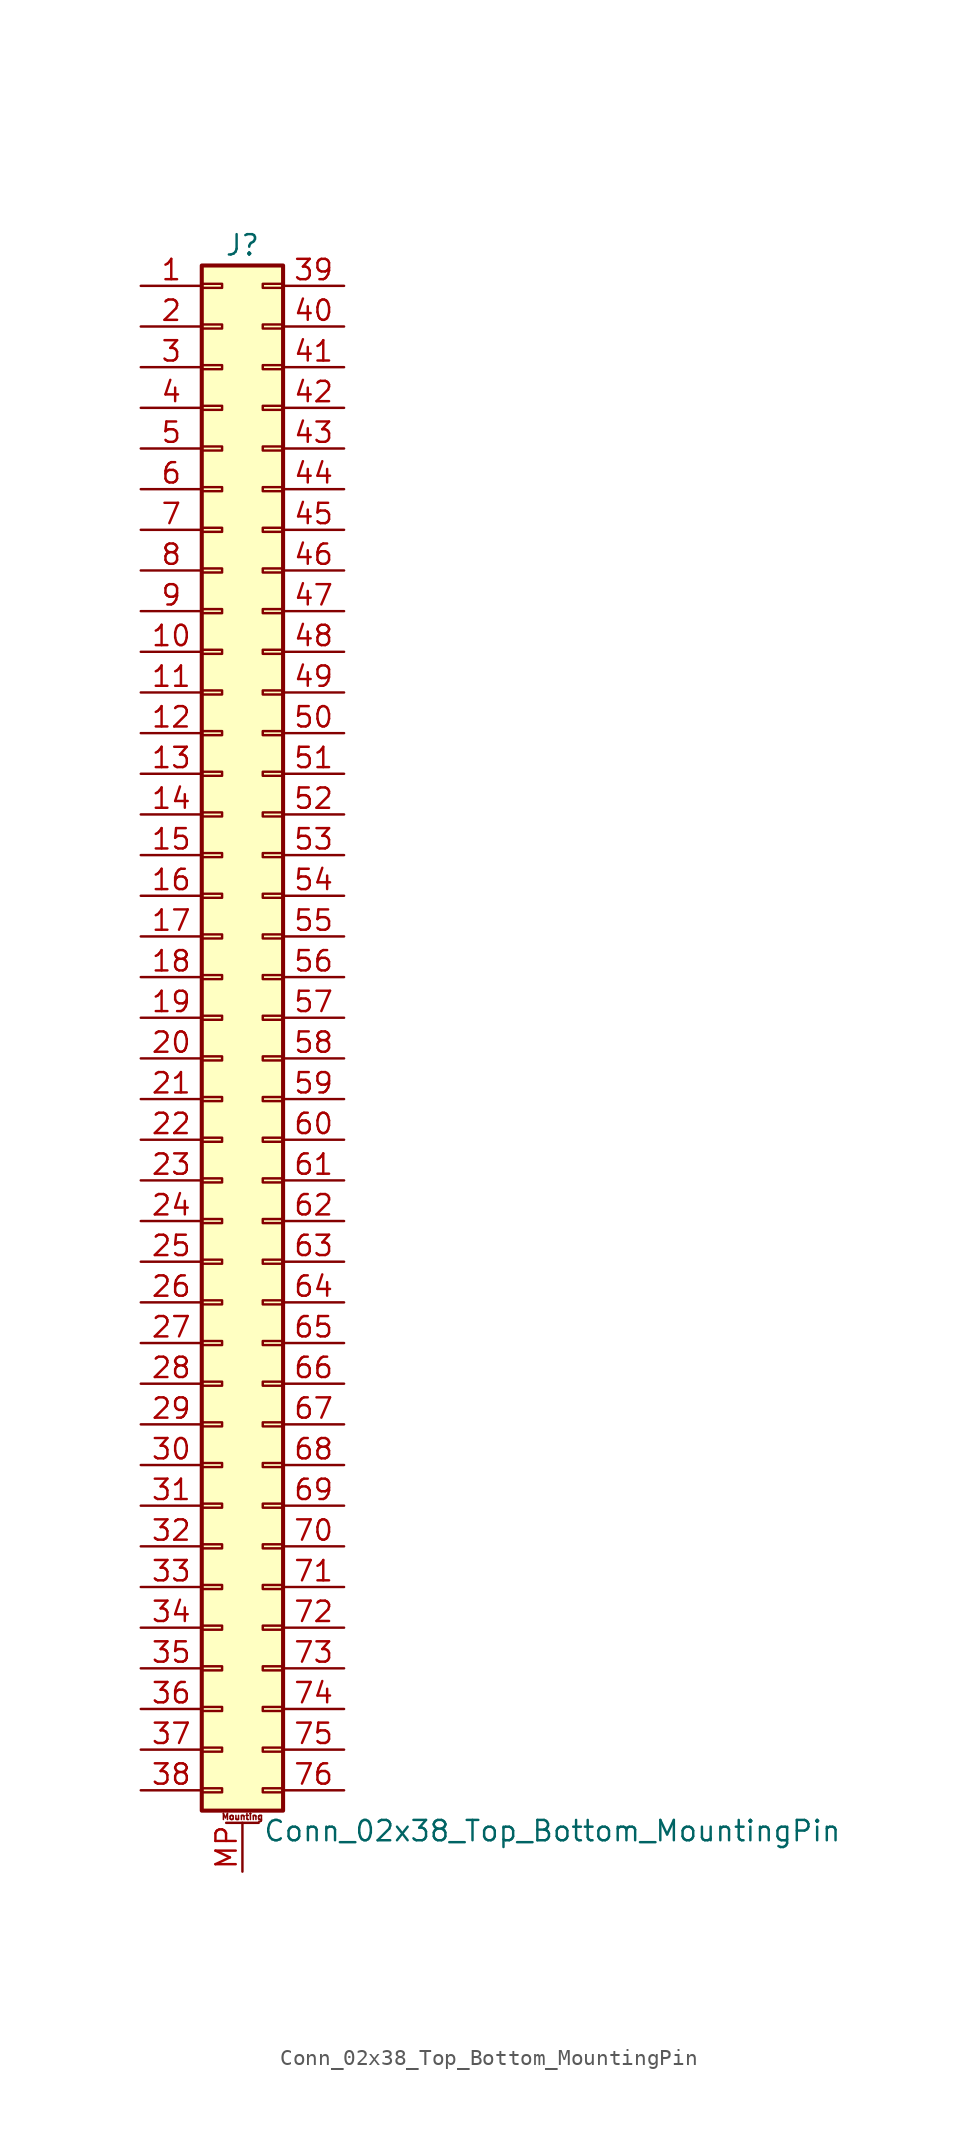
<source format=kicad_sym>
(kicad_symbol_lib
  (version 20201005)
  (generator kicad_symbol_editor)
  (symbol "Connector_Generic_MountingPin:Conn_02x38_Top_Bottom_MountingPin"
    (pin_names
      (offset 1.016) hide)
    (property "Reference" "J"
      (at 1.27 48.26 0)
      (effects (font (size 1.27 1.27))))
    (property "Value" "Conn_02x38_Top_Bottom_MountingPin"
      (at 2.54 -50.8 0)
      (effects (font (size 1.27 1.27)) (justify left)))
    (symbol "Conn_02x38_Top_Bottom_MountingPin_1_1"
      (text "Mounting" (at 1.27 -49.911 0) (effects (font (size 0.381 0.381))))
      (rectangle (start -1.27 -27.813) (end 0 -28.067) (stroke (width 0.152)) (fill (type none)))
      (rectangle (start -1.27 -30.353) (end 0 -30.607) (stroke (width 0.152)) (fill (type none)))
      (rectangle (start -1.27 -32.893) (end 0 -33.147) (stroke (width 0.152)) (fill (type none)))
      (rectangle (start -1.27 -35.433) (end 0 -35.687) (stroke (width 0.152)) (fill (type none)))
      (rectangle (start -1.27 -37.973) (end 0 -38.227) (stroke (width 0.152)) (fill (type none)))
      (rectangle (start -1.27 -40.513) (end 0 -40.767) (stroke (width 0.152)) (fill (type none)))
      (rectangle (start -1.27 -43.053) (end 0 -43.307) (stroke (width 0.152)) (fill (type none)))
      (rectangle (start -1.27 -45.593) (end 0 -45.847) (stroke (width 0.152)) (fill (type none)))
      (rectangle (start -1.27 -48.133) (end 0 -48.387) (stroke (width 0.152)) (fill (type none)))
      (rectangle (start -1.27 -4.953) (end 0 -5.207) (stroke (width 0.152)) (fill (type none)))
      (rectangle (start -1.27 -7.493) (end 0 -7.747) (stroke (width 0.152)) (fill (type none)))
      (rectangle (start -1.27 -10.033) (end 0 -10.287) (stroke (width 0.152)) (fill (type none)))
      (rectangle (start -1.27 -12.573) (end 0 -12.827) (stroke (width 0.152)) (fill (type none)))
      (rectangle (start -1.27 -15.113) (end 0 -15.367) (stroke (width 0.152)) (fill (type none)))
      (rectangle (start -1.27 -17.653) (end 0 -17.907) (stroke (width 0.152)) (fill (type none)))
      (rectangle (start -1.27 -20.193) (end 0 -20.447) (stroke (width 0.152)) (fill (type none)))
      (rectangle (start -1.27 -22.733) (end 0 -22.987) (stroke (width 0.152)) (fill (type none)))
      (rectangle (start -1.27 -2.413) (end 0 -2.667) (stroke (width 0.152)) (fill (type none)))
      (rectangle (start -1.27 -25.273) (end 0 -25.527) (stroke (width 0.152)) (fill (type none)))
      (rectangle (start -1.27 25.527) (end 0 25.273) (stroke (width 0.152)) (fill (type none)))
      (rectangle (start -1.27 2.667) (end 0 2.413) (stroke (width 0.152)) (fill (type none)))
      (rectangle (start -1.27 28.067) (end 0 27.813) (stroke (width 0.152)) (fill (type none)))
      (rectangle (start -1.27 30.607) (end 0 30.353) (stroke (width 0.152)) (fill (type none)))
      (rectangle (start -1.27 33.147) (end 0 32.893) (stroke (width 0.152)) (fill (type none)))
      (rectangle (start -1.27 35.687) (end 0 35.433) (stroke (width 0.152)) (fill (type none)))
      (rectangle (start -1.27 38.227) (end 0 37.973) (stroke (width 0.152)) (fill (type none)))
      (rectangle (start -1.27 40.767) (end 0 40.513) (stroke (width 0.152)) (fill (type none)))
      (rectangle (start -1.27 43.307) (end 0 43.053) (stroke (width 0.152)) (fill (type none)))
      (rectangle (start -1.27 45.847) (end 0 45.593) (stroke (width 0.152)) (fill (type none)))
      (rectangle (start -1.27 46.99) (end 3.81 -49.53) (stroke (width 0.254)) (fill (type background)))
      (rectangle (start -1.27 5.207) (end 0 4.953) (stroke (width 0.152)) (fill (type none)))
      (rectangle (start -1.27 7.747) (end 0 7.493) (stroke (width 0.152)) (fill (type none)))
      (rectangle (start -1.27 10.287) (end 0 10.033) (stroke (width 0.152)) (fill (type none)))
      (rectangle (start -1.27 0.127) (end 0 -0.127) (stroke (width 0.152)) (fill (type none)))
      (rectangle (start -1.27 12.827) (end 0 12.573) (stroke (width 0.152)) (fill (type none)))
      (rectangle (start -1.27 15.367) (end 0 15.113) (stroke (width 0.152)) (fill (type none)))
      (rectangle (start -1.27 17.907) (end 0 17.653) (stroke (width 0.152)) (fill (type none)))
      (rectangle (start -1.27 20.447) (end 0 20.193) (stroke (width 0.152)) (fill (type none)))
      (rectangle (start -1.27 22.987) (end 0 22.733) (stroke (width 0.152)) (fill (type none)))
      (rectangle (start 3.81 -27.813) (end 2.54 -28.067) (stroke (width 0.152)) (fill (type none)))
      (rectangle (start 3.81 -30.353) (end 2.54 -30.607) (stroke (width 0.152)) (fill (type none)))
      (rectangle (start 3.81 -32.893) (end 2.54 -33.147) (stroke (width 0.152)) (fill (type none)))
      (rectangle (start 3.81 -35.433) (end 2.54 -35.687) (stroke (width 0.152)) (fill (type none)))
      (rectangle (start 3.81 -37.973) (end 2.54 -38.227) (stroke (width 0.152)) (fill (type none)))
      (rectangle (start 3.81 -40.513) (end 2.54 -40.767) (stroke (width 0.152)) (fill (type none)))
      (rectangle (start 3.81 -43.053) (end 2.54 -43.307) (stroke (width 0.152)) (fill (type none)))
      (rectangle (start 3.81 -45.593) (end 2.54 -45.847) (stroke (width 0.152)) (fill (type none)))
      (rectangle (start 3.81 -48.133) (end 2.54 -48.387) (stroke (width 0.152)) (fill (type none)))
      (rectangle (start 3.81 -4.953) (end 2.54 -5.207) (stroke (width 0.152)) (fill (type none)))
      (rectangle (start 3.81 -7.493) (end 2.54 -7.747) (stroke (width 0.152)) (fill (type none)))
      (rectangle (start 3.81 -10.033) (end 2.54 -10.287) (stroke (width 0.152)) (fill (type none)))
      (rectangle (start 3.81 -12.573) (end 2.54 -12.827) (stroke (width 0.152)) (fill (type none)))
      (rectangle (start 3.81 -15.113) (end 2.54 -15.367) (stroke (width 0.152)) (fill (type none)))
      (rectangle (start 3.81 -17.653) (end 2.54 -17.907) (stroke (width 0.152)) (fill (type none)))
      (rectangle (start 3.81 -20.193) (end 2.54 -20.447) (stroke (width 0.152)) (fill (type none)))
      (rectangle (start 3.81 -22.733) (end 2.54 -22.987) (stroke (width 0.152)) (fill (type none)))
      (rectangle (start 3.81 -2.413) (end 2.54 -2.667) (stroke (width 0.152)) (fill (type none)))
      (rectangle (start 3.81 -25.273) (end 2.54 -25.527) (stroke (width 0.152)) (fill (type none)))
      (rectangle (start 3.81 25.527) (end 2.54 25.273) (stroke (width 0.152)) (fill (type none)))
      (rectangle (start 3.81 2.667) (end 2.54 2.413) (stroke (width 0.152)) (fill (type none)))
      (rectangle (start 3.81 28.067) (end 2.54 27.813) (stroke (width 0.152)) (fill (type none)))
      (rectangle (start 3.81 30.607) (end 2.54 30.353) (stroke (width 0.152)) (fill (type none)))
      (rectangle (start 3.81 33.147) (end 2.54 32.893) (stroke (width 0.152)) (fill (type none)))
      (rectangle (start 3.81 35.687) (end 2.54 35.433) (stroke (width 0.152)) (fill (type none)))
      (rectangle (start 3.81 38.227) (end 2.54 37.973) (stroke (width 0.152)) (fill (type none)))
      (rectangle (start 3.81 40.767) (end 2.54 40.513) (stroke (width 0.152)) (fill (type none)))
      (rectangle (start 3.81 43.307) (end 2.54 43.053) (stroke (width 0.152)) (fill (type none)))
      (rectangle (start 3.81 45.847) (end 2.54 45.593) (stroke (width 0.152)) (fill (type none)))
      (rectangle (start 3.81 5.207) (end 2.54 4.953) (stroke (width 0.152)) (fill (type none)))
      (rectangle (start 3.81 7.747) (end 2.54 7.493) (stroke (width 0.152)) (fill (type none)))
      (rectangle (start 3.81 10.287) (end 2.54 10.033) (stroke (width 0.152)) (fill (type none)))
      (rectangle (start 3.81 0.127) (end 2.54 -0.127) (stroke (width 0.152)) (fill (type none)))
      (rectangle (start 3.81 12.827) (end 2.54 12.573) (stroke (width 0.152)) (fill (type none)))
      (rectangle (start 3.81 15.367) (end 2.54 15.113) (stroke (width 0.152)) (fill (type none)))
      (rectangle (start 3.81 17.907) (end 2.54 17.653) (stroke (width 0.152)) (fill (type none)))
      (rectangle (start 3.81 20.447) (end 2.54 20.193) (stroke (width 0.152)) (fill (type none)))
      (rectangle (start 3.81 22.987) (end 2.54 22.733) (stroke (width 0.152)) (fill (type none)))
      (polyline (pts (xy 0.254 -50.292) (xy 2.286 -50.292)) (stroke (width 0.152)) (fill (type none)))
      (pin passive line (at 1.27 -53.34 90) (length 3.048) (name "MountPin" (effects (font (size 1.27 1.27)))) (number "MP" (effects (font (size 1.27 1.27)))))
      (pin passive line (at -5.08 45.72 0) (length 3.81) (name "Pin_1" (effects (font (size 1.27 1.27)))) (number "1" (effects (font (size 1.27 1.27)))))
      (pin passive line (at -5.08 22.86 0) (length 3.81) (name "Pin_10" (effects (font (size 1.27 1.27)))) (number "10" (effects (font (size 1.27 1.27)))))
      (pin passive line (at -5.08 20.32 0) (length 3.81) (name "Pin_11" (effects (font (size 1.27 1.27)))) (number "11" (effects (font (size 1.27 1.27)))))
      (pin passive line (at -5.08 17.78 0) (length 3.81) (name "Pin_12" (effects (font (size 1.27 1.27)))) (number "12" (effects (font (size 1.27 1.27)))))
      (pin passive line (at -5.08 15.24 0) (length 3.81) (name "Pin_13" (effects (font (size 1.27 1.27)))) (number "13" (effects (font (size 1.27 1.27)))))
      (pin passive line (at -5.08 12.7 0) (length 3.81) (name "Pin_14" (effects (font (size 1.27 1.27)))) (number "14" (effects (font (size 1.27 1.27)))))
      (pin passive line (at -5.08 10.16 0) (length 3.81) (name "Pin_15" (effects (font (size 1.27 1.27)))) (number "15" (effects (font (size 1.27 1.27)))))
      (pin passive line (at -5.08 7.62 0) (length 3.81) (name "Pin_16" (effects (font (size 1.27 1.27)))) (number "16" (effects (font (size 1.27 1.27)))))
      (pin passive line (at -5.08 5.08 0) (length 3.81) (name "Pin_17" (effects (font (size 1.27 1.27)))) (number "17" (effects (font (size 1.27 1.27)))))
      (pin passive line (at -5.08 2.54 0) (length 3.81) (name "Pin_18" (effects (font (size 1.27 1.27)))) (number "18" (effects (font (size 1.27 1.27)))))
      (pin passive line (at -5.08 0 0) (length 3.81) (name "Pin_19" (effects (font (size 1.27 1.27)))) (number "19" (effects (font (size 1.27 1.27)))))
      (pin passive line (at -5.08 43.18 0) (length 3.81) (name "Pin_2" (effects (font (size 1.27 1.27)))) (number "2" (effects (font (size 1.27 1.27)))))
      (pin passive line (at -5.08 -2.54 0) (length 3.81) (name "Pin_20" (effects (font (size 1.27 1.27)))) (number "20" (effects (font (size 1.27 1.27)))))
      (pin passive line (at -5.08 -5.08 0) (length 3.81) (name "Pin_21" (effects (font (size 1.27 1.27)))) (number "21" (effects (font (size 1.27 1.27)))))
      (pin passive line (at -5.08 -7.62 0) (length 3.81) (name "Pin_22" (effects (font (size 1.27 1.27)))) (number "22" (effects (font (size 1.27 1.27)))))
      (pin passive line (at -5.08 -10.16 0) (length 3.81) (name "Pin_23" (effects (font (size 1.27 1.27)))) (number "23" (effects (font (size 1.27 1.27)))))
      (pin passive line (at -5.08 -12.7 0) (length 3.81) (name "Pin_24" (effects (font (size 1.27 1.27)))) (number "24" (effects (font (size 1.27 1.27)))))
      (pin passive line (at -5.08 -15.24 0) (length 3.81) (name "Pin_25" (effects (font (size 1.27 1.27)))) (number "25" (effects (font (size 1.27 1.27)))))
      (pin passive line (at -5.08 -17.78 0) (length 3.81) (name "Pin_26" (effects (font (size 1.27 1.27)))) (number "26" (effects (font (size 1.27 1.27)))))
      (pin passive line (at -5.08 -20.32 0) (length 3.81) (name "Pin_27" (effects (font (size 1.27 1.27)))) (number "27" (effects (font (size 1.27 1.27)))))
      (pin passive line (at -5.08 -22.86 0) (length 3.81) (name "Pin_28" (effects (font (size 1.27 1.27)))) (number "28" (effects (font (size 1.27 1.27)))))
      (pin passive line (at -5.08 -25.4 0) (length 3.81) (name "Pin_29" (effects (font (size 1.27 1.27)))) (number "29" (effects (font (size 1.27 1.27)))))
      (pin passive line (at -5.08 40.64 0) (length 3.81) (name "Pin_3" (effects (font (size 1.27 1.27)))) (number "3" (effects (font (size 1.27 1.27)))))
      (pin passive line (at -5.08 -27.94 0) (length 3.81) (name "Pin_30" (effects (font (size 1.27 1.27)))) (number "30" (effects (font (size 1.27 1.27)))))
      (pin passive line (at -5.08 -30.48 0) (length 3.81) (name "Pin_31" (effects (font (size 1.27 1.27)))) (number "31" (effects (font (size 1.27 1.27)))))
      (pin passive line (at -5.08 -33.02 0) (length 3.81) (name "Pin_32" (effects (font (size 1.27 1.27)))) (number "32" (effects (font (size 1.27 1.27)))))
      (pin passive line (at -5.08 -35.56 0) (length 3.81) (name "Pin_33" (effects (font (size 1.27 1.27)))) (number "33" (effects (font (size 1.27 1.27)))))
      (pin passive line (at -5.08 -38.1 0) (length 3.81) (name "Pin_34" (effects (font (size 1.27 1.27)))) (number "34" (effects (font (size 1.27 1.27)))))
      (pin passive line (at -5.08 -40.64 0) (length 3.81) (name "Pin_35" (effects (font (size 1.27 1.27)))) (number "35" (effects (font (size 1.27 1.27)))))
      (pin passive line (at -5.08 -43.18 0) (length 3.81) (name "Pin_36" (effects (font (size 1.27 1.27)))) (number "36" (effects (font (size 1.27 1.27)))))
      (pin passive line (at -5.08 -45.72 0) (length 3.81) (name "Pin_37" (effects (font (size 1.27 1.27)))) (number "37" (effects (font (size 1.27 1.27)))))
      (pin passive line (at -5.08 -48.26 0) (length 3.81) (name "Pin_38" (effects (font (size 1.27 1.27)))) (number "38" (effects (font (size 1.27 1.27)))))
      (pin passive line (at 7.62 45.72 180) (length 3.81) (name "Pin_39" (effects (font (size 1.27 1.27)))) (number "39" (effects (font (size 1.27 1.27)))))
      (pin passive line (at -5.08 38.1 0) (length 3.81) (name "Pin_4" (effects (font (size 1.27 1.27)))) (number "4" (effects (font (size 1.27 1.27)))))
      (pin passive line (at 7.62 43.18 180) (length 3.81) (name "Pin_40" (effects (font (size 1.27 1.27)))) (number "40" (effects (font (size 1.27 1.27)))))
      (pin passive line (at 7.62 40.64 180) (length 3.81) (name "Pin_41" (effects (font (size 1.27 1.27)))) (number "41" (effects (font (size 1.27 1.27)))))
      (pin passive line (at 7.62 38.1 180) (length 3.81) (name "Pin_42" (effects (font (size 1.27 1.27)))) (number "42" (effects (font (size 1.27 1.27)))))
      (pin passive line (at 7.62 35.56 180) (length 3.81) (name "Pin_43" (effects (font (size 1.27 1.27)))) (number "43" (effects (font (size 1.27 1.27)))))
      (pin passive line (at 7.62 33.02 180) (length 3.81) (name "Pin_44" (effects (font (size 1.27 1.27)))) (number "44" (effects (font (size 1.27 1.27)))))
      (pin passive line (at 7.62 30.48 180) (length 3.81) (name "Pin_45" (effects (font (size 1.27 1.27)))) (number "45" (effects (font (size 1.27 1.27)))))
      (pin passive line (at 7.62 27.94 180) (length 3.81) (name "Pin_46" (effects (font (size 1.27 1.27)))) (number "46" (effects (font (size 1.27 1.27)))))
      (pin passive line (at 7.62 25.4 180) (length 3.81) (name "Pin_47" (effects (font (size 1.27 1.27)))) (number "47" (effects (font (size 1.27 1.27)))))
      (pin passive line (at 7.62 22.86 180) (length 3.81) (name "Pin_48" (effects (font (size 1.27 1.27)))) (number "48" (effects (font (size 1.27 1.27)))))
      (pin passive line (at 7.62 20.32 180) (length 3.81) (name "Pin_49" (effects (font (size 1.27 1.27)))) (number "49" (effects (font (size 1.27 1.27)))))
      (pin passive line (at -5.08 35.56 0) (length 3.81) (name "Pin_5" (effects (font (size 1.27 1.27)))) (number "5" (effects (font (size 1.27 1.27)))))
      (pin passive line (at 7.62 17.78 180) (length 3.81) (name "Pin_50" (effects (font (size 1.27 1.27)))) (number "50" (effects (font (size 1.27 1.27)))))
      (pin passive line (at 7.62 15.24 180) (length 3.81) (name "Pin_51" (effects (font (size 1.27 1.27)))) (number "51" (effects (font (size 1.27 1.27)))))
      (pin passive line (at 7.62 12.7 180) (length 3.81) (name "Pin_52" (effects (font (size 1.27 1.27)))) (number "52" (effects (font (size 1.27 1.27)))))
      (pin passive line (at 7.62 10.16 180) (length 3.81) (name "Pin_53" (effects (font (size 1.27 1.27)))) (number "53" (effects (font (size 1.27 1.27)))))
      (pin passive line (at 7.62 7.62 180) (length 3.81) (name "Pin_54" (effects (font (size 1.27 1.27)))) (number "54" (effects (font (size 1.27 1.27)))))
      (pin passive line (at 7.62 5.08 180) (length 3.81) (name "Pin_55" (effects (font (size 1.27 1.27)))) (number "55" (effects (font (size 1.27 1.27)))))
      (pin passive line (at 7.62 2.54 180) (length 3.81) (name "Pin_56" (effects (font (size 1.27 1.27)))) (number "56" (effects (font (size 1.27 1.27)))))
      (pin passive line (at 7.62 0 180) (length 3.81) (name "Pin_57" (effects (font (size 1.27 1.27)))) (number "57" (effects (font (size 1.27 1.27)))))
      (pin passive line (at 7.62 -2.54 180) (length 3.81) (name "Pin_58" (effects (font (size 1.27 1.27)))) (number "58" (effects (font (size 1.27 1.27)))))
      (pin passive line (at 7.62 -5.08 180) (length 3.81) (name "Pin_59" (effects (font (size 1.27 1.27)))) (number "59" (effects (font (size 1.27 1.27)))))
      (pin passive line (at -5.08 33.02 0) (length 3.81) (name "Pin_6" (effects (font (size 1.27 1.27)))) (number "6" (effects (font (size 1.27 1.27)))))
      (pin passive line (at 7.62 -7.62 180) (length 3.81) (name "Pin_60" (effects (font (size 1.27 1.27)))) (number "60" (effects (font (size 1.27 1.27)))))
      (pin passive line (at 7.62 -10.16 180) (length 3.81) (name "Pin_61" (effects (font (size 1.27 1.27)))) (number "61" (effects (font (size 1.27 1.27)))))
      (pin passive line (at 7.62 -12.7 180) (length 3.81) (name "Pin_62" (effects (font (size 1.27 1.27)))) (number "62" (effects (font (size 1.27 1.27)))))
      (pin passive line (at 7.62 -15.24 180) (length 3.81) (name "Pin_63" (effects (font (size 1.27 1.27)))) (number "63" (effects (font (size 1.27 1.27)))))
      (pin passive line (at 7.62 -17.78 180) (length 3.81) (name "Pin_64" (effects (font (size 1.27 1.27)))) (number "64" (effects (font (size 1.27 1.27)))))
      (pin passive line (at 7.62 -20.32 180) (length 3.81) (name "Pin_65" (effects (font (size 1.27 1.27)))) (number "65" (effects (font (size 1.27 1.27)))))
      (pin passive line (at 7.62 -22.86 180) (length 3.81) (name "Pin_66" (effects (font (size 1.27 1.27)))) (number "66" (effects (font (size 1.27 1.27)))))
      (pin passive line (at 7.62 -25.4 180) (length 3.81) (name "Pin_67" (effects (font (size 1.27 1.27)))) (number "67" (effects (font (size 1.27 1.27)))))
      (pin passive line (at 7.62 -27.94 180) (length 3.81) (name "Pin_68" (effects (font (size 1.27 1.27)))) (number "68" (effects (font (size 1.27 1.27)))))
      (pin passive line (at 7.62 -30.48 180) (length 3.81) (name "Pin_69" (effects (font (size 1.27 1.27)))) (number "69" (effects (font (size 1.27 1.27)))))
      (pin passive line (at -5.08 30.48 0) (length 3.81) (name "Pin_7" (effects (font (size 1.27 1.27)))) (number "7" (effects (font (size 1.27 1.27)))))
      (pin passive line (at 7.62 -33.02 180) (length 3.81) (name "Pin_70" (effects (font (size 1.27 1.27)))) (number "70" (effects (font (size 1.27 1.27)))))
      (pin passive line (at 7.62 -35.56 180) (length 3.81) (name "Pin_71" (effects (font (size 1.27 1.27)))) (number "71" (effects (font (size 1.27 1.27)))))
      (pin passive line (at 7.62 -38.1 180) (length 3.81) (name "Pin_72" (effects (font (size 1.27 1.27)))) (number "72" (effects (font (size 1.27 1.27)))))
      (pin passive line (at 7.62 -40.64 180) (length 3.81) (name "Pin_73" (effects (font (size 1.27 1.27)))) (number "73" (effects (font (size 1.27 1.27)))))
      (pin passive line (at 7.62 -43.18 180) (length 3.81) (name "Pin_74" (effects (font (size 1.27 1.27)))) (number "74" (effects (font (size 1.27 1.27)))))
      (pin passive line (at 7.62 -45.72 180) (length 3.81) (name "Pin_75" (effects (font (size 1.27 1.27)))) (number "75" (effects (font (size 1.27 1.27)))))
      (pin passive line (at 7.62 -48.26 180) (length 3.81) (name "Pin_76" (effects (font (size 1.27 1.27)))) (number "76" (effects (font (size 1.27 1.27)))))
      (pin passive line (at -5.08 27.94 0) (length 3.81) (name "Pin_8" (effects (font (size 1.27 1.27)))) (number "8" (effects (font (size 1.27 1.27)))))
      (pin passive line (at -5.08 25.4 0) (length 3.81) (name "Pin_9" (effects (font (size 1.27 1.27)))) (number "9" (effects (font (size 1.27 1.27))))))))
</source>
